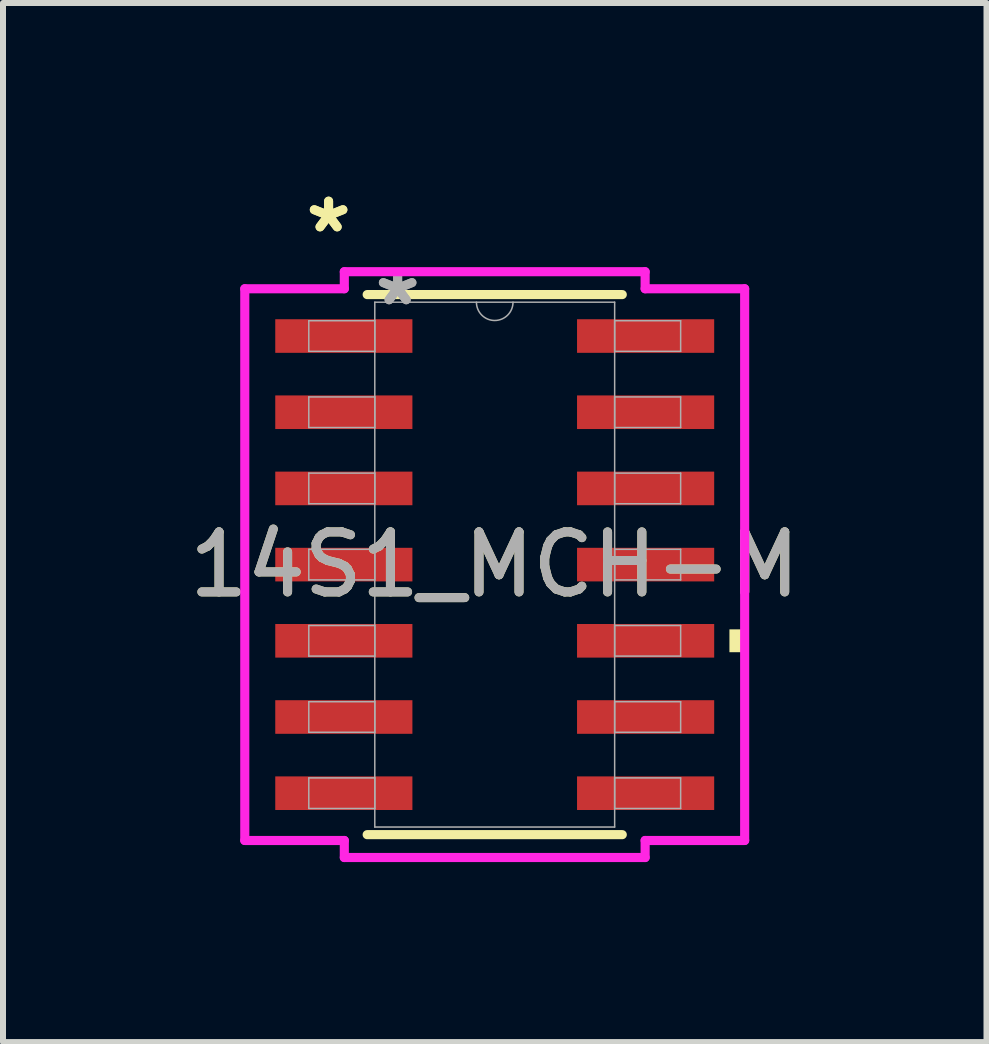
<source format=kicad_pcb>
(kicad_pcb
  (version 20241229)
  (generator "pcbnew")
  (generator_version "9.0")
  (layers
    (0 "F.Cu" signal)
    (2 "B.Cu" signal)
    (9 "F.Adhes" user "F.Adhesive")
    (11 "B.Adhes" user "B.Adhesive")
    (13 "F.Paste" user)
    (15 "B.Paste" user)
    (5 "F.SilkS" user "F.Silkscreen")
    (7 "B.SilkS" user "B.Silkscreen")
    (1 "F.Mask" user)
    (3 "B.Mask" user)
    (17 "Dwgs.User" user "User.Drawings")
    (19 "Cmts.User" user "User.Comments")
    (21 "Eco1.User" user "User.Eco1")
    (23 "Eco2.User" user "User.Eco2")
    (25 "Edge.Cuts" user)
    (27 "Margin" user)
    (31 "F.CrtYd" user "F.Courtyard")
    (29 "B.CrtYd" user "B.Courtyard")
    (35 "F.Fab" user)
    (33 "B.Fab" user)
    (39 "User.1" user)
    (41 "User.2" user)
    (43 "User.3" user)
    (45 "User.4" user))
  (footprint "14S1_MCH-M"
    (layer "F.Cu")
    (at 5.196 6.361)
    (property "Reference" "14S1_MCH-M" (at 0 0 0) (unlocked yes) (layer "F.SilkS") (effects (font (size 1 1) (thickness 0.15))))
    (attr smd)
    (fp_line (start -2.126 4.501) (end 2.126 4.501) (stroke (width 0.152) (type solid)) (layer "F.SilkS"))
    (fp_line (start 2.126 -4.501) (end -2.126 -4.501) (stroke (width 0.152) (type solid)) (layer "F.SilkS"))
    (fp_poly (pts (xy 4.166 1.079) (xy 4.166 1.46) (xy 3.912 1.46) (xy 3.912 1.079)) (stroke (width 0) (type solid)) (fill yes) (layer "F.SilkS"))
    (fp_line (start -4.166 -4.598) (end -2.507 -4.598) (stroke (width 0.152) (type solid)) (layer "F.CrtYd"))
    (fp_line (start -4.166 4.598) (end -4.166 -4.598) (stroke (width 0.152) (type solid)) (layer "F.CrtYd"))
    (fp_line (start -4.166 4.598) (end -2.507 4.598) (stroke (width 0.152) (type solid)) (layer "F.CrtYd"))
    (fp_line (start -2.507 -4.882) (end 2.507 -4.882) (stroke (width 0.152) (type solid)) (layer "F.CrtYd"))
    (fp_line (start -2.507 -4.598) (end -2.507 -4.882) (stroke (width 0.152) (type solid)) (layer "F.CrtYd"))
    (fp_line (start -2.507 4.882) (end -2.507 4.598) (stroke (width 0.152) (type solid)) (layer "F.CrtYd"))
    (fp_line (start 2.507 -4.882) (end 2.507 -4.598) (stroke (width 0.152) (type solid)) (layer "F.CrtYd"))
    (fp_line (start 2.507 4.598) (end 2.507 4.882) (stroke (width 0.152) (type solid)) (layer "F.CrtYd"))
    (fp_line (start 2.507 4.882) (end -2.507 4.882) (stroke (width 0.152) (type solid)) (layer "F.CrtYd"))
    (fp_line (start 4.166 -4.598) (end 2.507 -4.598) (stroke (width 0.152) (type solid)) (layer "F.CrtYd"))
    (fp_line (start 4.166 -4.598) (end 4.166 4.598) (stroke (width 0.152) (type solid)) (layer "F.CrtYd"))
    (fp_line (start 4.166 4.598) (end 2.507 4.598) (stroke (width 0.152) (type solid)) (layer "F.CrtYd"))
    (fp_line (start -3.099 -4.065) (end -3.099 -3.555) (stroke (width 0.025) (type solid)) (layer "F.Fab"))
    (fp_line (start -3.099 -3.555) (end -1.999 -3.555) (stroke (width 0.025) (type solid)) (layer "F.Fab"))
    (fp_line (start -3.099 -2.795) (end -3.099 -2.285) (stroke (width 0.025) (type solid)) (layer "F.Fab"))
    (fp_line (start -3.099 -2.285) (end -1.999 -2.285) (stroke (width 0.025) (type solid)) (layer "F.Fab"))
    (fp_line (start -3.099 -1.525) (end -3.099 -1.015) (stroke (width 0.025) (type solid)) (layer "F.Fab"))
    (fp_line (start -3.099 -1.015) (end -1.999 -1.015) (stroke (width 0.025) (type solid)) (layer "F.Fab"))
    (fp_line (start -3.099 -0.255) (end -3.099 0.255) (stroke (width 0.025) (type solid)) (layer "F.Fab"))
    (fp_line (start -3.099 0.255) (end -1.999 0.255) (stroke (width 0.025) (type solid)) (layer "F.Fab"))
    (fp_line (start -3.099 1.015) (end -3.099 1.525) (stroke (width 0.025) (type solid)) (layer "F.Fab"))
    (fp_line (start -3.099 1.525) (end -1.999 1.525) (stroke (width 0.025) (type solid)) (layer "F.Fab"))
    (fp_line (start -3.099 2.285) (end -3.099 2.795) (stroke (width 0.025) (type solid)) (layer "F.Fab"))
    (fp_line (start -3.099 2.795) (end -1.999 2.795) (stroke (width 0.025) (type solid)) (layer "F.Fab"))
    (fp_line (start -3.099 3.555) (end -3.099 4.065) (stroke (width 0.025) (type solid)) (layer "F.Fab"))
    (fp_line (start -3.099 4.065) (end -1.999 4.065) (stroke (width 0.025) (type solid)) (layer "F.Fab"))
    (fp_line (start -1.999 -4.374) (end -1.999 4.374) (stroke (width 0.025) (type solid)) (layer "F.Fab"))
    (fp_line (start -1.999 -4.065) (end -3.099 -4.065) (stroke (width 0.025) (type solid)) (layer "F.Fab"))
    (fp_line (start -1.999 -3.555) (end -1.999 -4.065) (stroke (width 0.025) (type solid)) (layer "F.Fab"))
    (fp_line (start -1.999 -2.795) (end -3.099 -2.795) (stroke (width 0.025) (type solid)) (layer "F.Fab"))
    (fp_line (start -1.999 -2.285) (end -1.999 -2.795) (stroke (width 0.025) (type solid)) (layer "F.Fab"))
    (fp_line (start -1.999 -1.525) (end -3.099 -1.525) (stroke (width 0.025) (type solid)) (layer "F.Fab"))
    (fp_line (start -1.999 -1.015) (end -1.999 -1.525) (stroke (width 0.025) (type solid)) (layer "F.Fab"))
    (fp_line (start -1.999 -0.255) (end -3.099 -0.255) (stroke (width 0.025) (type solid)) (layer "F.Fab"))
    (fp_line (start -1.999 0.255) (end -1.999 -0.255) (stroke (width 0.025) (type solid)) (layer "F.Fab"))
    (fp_line (start -1.999 1.015) (end -3.099 1.015) (stroke (width 0.025) (type solid)) (layer "F.Fab"))
    (fp_line (start -1.999 1.525) (end -1.999 1.015) (stroke (width 0.025) (type solid)) (layer "F.Fab"))
    (fp_line (start -1.999 2.285) (end -3.099 2.285) (stroke (width 0.025) (type solid)) (layer "F.Fab"))
    (fp_line (start -1.999 2.795) (end -1.999 2.285) (stroke (width 0.025) (type solid)) (layer "F.Fab"))
    (fp_line (start -1.999 3.555) (end -3.099 3.555) (stroke (width 0.025) (type solid)) (layer "F.Fab"))
    (fp_line (start -1.999 4.065) (end -1.999 3.555) (stroke (width 0.025) (type solid)) (layer "F.Fab"))
    (fp_line (start -1.999 4.374) (end 1.999 4.374) (stroke (width 0.025) (type solid)) (layer "F.Fab"))
    (fp_line (start 1.999 -4.374) (end -1.999 -4.374) (stroke (width 0.025) (type solid)) (layer "F.Fab"))
    (fp_line (start 1.999 -4.065) (end 1.999 -3.555) (stroke (width 0.025) (type solid)) (layer "F.Fab"))
    (fp_line (start 1.999 -3.555) (end 3.099 -3.555) (stroke (width 0.025) (type solid)) (layer "F.Fab"))
    (fp_line (start 1.999 -2.795) (end 1.999 -2.285) (stroke (width 0.025) (type solid)) (layer "F.Fab"))
    (fp_line (start 1.999 -2.285) (end 3.099 -2.285) (stroke (width 0.025) (type solid)) (layer "F.Fab"))
    (fp_line (start 1.999 -1.525) (end 1.999 -1.015) (stroke (width 0.025) (type solid)) (layer "F.Fab"))
    (fp_line (start 1.999 -1.015) (end 3.099 -1.015) (stroke (width 0.025) (type solid)) (layer "F.Fab"))
    (fp_line (start 1.999 -0.255) (end 1.999 0.255) (stroke (width 0.025) (type solid)) (layer "F.Fab"))
    (fp_line (start 1.999 0.255) (end 3.099 0.255) (stroke (width 0.025) (type solid)) (layer "F.Fab"))
    (fp_line (start 1.999 1.015) (end 1.999 1.525) (stroke (width 0.025) (type solid)) (layer "F.Fab"))
    (fp_line (start 1.999 1.525) (end 3.099 1.525) (stroke (width 0.025) (type solid)) (layer "F.Fab"))
    (fp_line (start 1.999 2.285) (end 1.999 2.795) (stroke (width 0.025) (type solid)) (layer "F.Fab"))
    (fp_line (start 1.999 2.795) (end 3.099 2.795) (stroke (width 0.025) (type solid)) (layer "F.Fab"))
    (fp_line (start 1.999 3.555) (end 1.999 4.065) (stroke (width 0.025) (type solid)) (layer "F.Fab"))
    (fp_line (start 1.999 4.065) (end 3.099 4.065) (stroke (width 0.025) (type solid)) (layer "F.Fab"))
    (fp_line (start 1.999 4.374) (end 1.999 -4.374) (stroke (width 0.025) (type solid)) (layer "F.Fab"))
    (fp_line (start 3.099 -4.065) (end 1.999 -4.065) (stroke (width 0.025) (type solid)) (layer "F.Fab"))
    (fp_line (start 3.099 -3.555) (end 3.099 -4.065) (stroke (width 0.025) (type solid)) (layer "F.Fab"))
    (fp_line (start 3.099 -2.795) (end 1.999 -2.795) (stroke (width 0.025) (type solid)) (layer "F.Fab"))
    (fp_line (start 3.099 -2.285) (end 3.099 -2.795) (stroke (width 0.025) (type solid)) (layer "F.Fab"))
    (fp_line (start 3.099 -1.525) (end 1.999 -1.525) (stroke (width 0.025) (type solid)) (layer "F.Fab"))
    (fp_line (start 3.099 -1.015) (end 3.099 -1.525) (stroke (width 0.025) (type solid)) (layer "F.Fab"))
    (fp_line (start 3.099 -0.255) (end 1.999 -0.255) (stroke (width 0.025) (type solid)) (layer "F.Fab"))
    (fp_line (start 3.099 0.255) (end 3.099 -0.255) (stroke (width 0.025) (type solid)) (layer "F.Fab"))
    (fp_line (start 3.099 1.015) (end 1.999 1.015) (stroke (width 0.025) (type solid)) (layer "F.Fab"))
    (fp_line (start 3.099 1.525) (end 3.099 1.015) (stroke (width 0.025) (type solid)) (layer "F.Fab"))
    (fp_line (start 3.099 2.285) (end 1.999 2.285) (stroke (width 0.025) (type solid)) (layer "F.Fab"))
    (fp_line (start 3.099 2.795) (end 3.099 2.285) (stroke (width 0.025) (type solid)) (layer "F.Fab"))
    (fp_line (start 3.099 3.555) (end 1.999 3.555) (stroke (width 0.025) (type solid)) (layer "F.Fab"))
    (fp_line (start 3.099 4.065) (end 3.099 3.555) (stroke (width 0.025) (type solid)) (layer "F.Fab"))
    (fp_arc (start 0.3048 -4.37388) (mid 0 -4.06908) (end -0.3048 -4.37388) (stroke (width 0.0254) (type solid)) (layer "F.Fab"))
    (fp_text user "*" (at -2.769 -5.513 0) (layer "F.SilkS") (effects (font (size 1 1) (thickness 0.15))))
    (fp_text user "*" (at -2.769 -5.513 0) (unlocked yes) (layer "F.SilkS") (effects (font (size 1 1) (thickness 0.15))))
    (fp_text user "*" (at -1.618 -4.298 0) (unlocked yes) (layer "F.Fab") (effects (font (size 1 1) (thickness 0.15))))
    (fp_text user "*" (at -1.618 -4.298 0) (layer "F.Fab") (effects (font (size 1 1) (thickness 0.15))))
    (fp_text user "${REFERENCE}" (at 0 0 0) (unlocked yes) (layer "F.Fab") (effects (font (size 1 1) (thickness 0.15))))
    (pad "1" smd rect (at -2.515 -3.81) (size 2.286 0.56) (layers "F.Cu" "F.Mask" "F.Paste"))
    (pad "2" smd rect (at -2.515 -2.54) (size 2.286 0.56) (layers "F.Cu" "F.Mask" "F.Paste"))
    (pad "3" smd rect (at -2.515 -1.27) (size 2.286 0.56) (layers "F.Cu" "F.Mask" "F.Paste"))
    (pad "4" smd rect (at -2.515 0) (size 2.286 0.56) (layers "F.Cu" "F.Mask" "F.Paste"))
    (pad "5" smd rect (at -2.515 1.27) (size 2.286 0.56) (layers "F.Cu" "F.Mask" "F.Paste"))
    (pad "6" smd rect (at -2.515 2.54) (size 2.286 0.56) (layers "F.Cu" "F.Mask" "F.Paste"))
    (pad "7" smd rect (at -2.515 3.81) (size 2.286 0.56) (layers "F.Cu" "F.Mask" "F.Paste"))
    (pad "8" smd rect (at 2.515 3.81) (size 2.286 0.56) (layers "F.Cu" "F.Mask" "F.Paste"))
    (pad "9" smd rect (at 2.515 2.54) (size 2.286 0.56) (layers "F.Cu" "F.Mask" "F.Paste"))
    (pad "10" smd rect (at 2.515 1.27) (size 2.286 0.56) (layers "F.Cu" "F.Mask" "F.Paste"))
    (pad "11" smd rect (at 2.515 0) (size 2.286 0.56) (layers "F.Cu" "F.Mask" "F.Paste"))
    (pad "12" smd rect (at 2.515 -1.27) (size 2.286 0.56) (layers "F.Cu" "F.Mask" "F.Paste"))
    (pad "13" smd rect (at 2.515 -2.54) (size 2.286 0.56) (layers "F.Cu" "F.Mask" "F.Paste"))
    (pad "14" smd rect (at 2.515 -3.81) (size 2.286 0.56) (layers "F.Cu" "F.Mask" "F.Paste")))
  (gr_rect
    (start -3 -3)
    (end 13.393 14.319)
    (stroke (width 0.1) (type default))
    (fill no)
    (layer "Edge.Cuts")))
</source>
